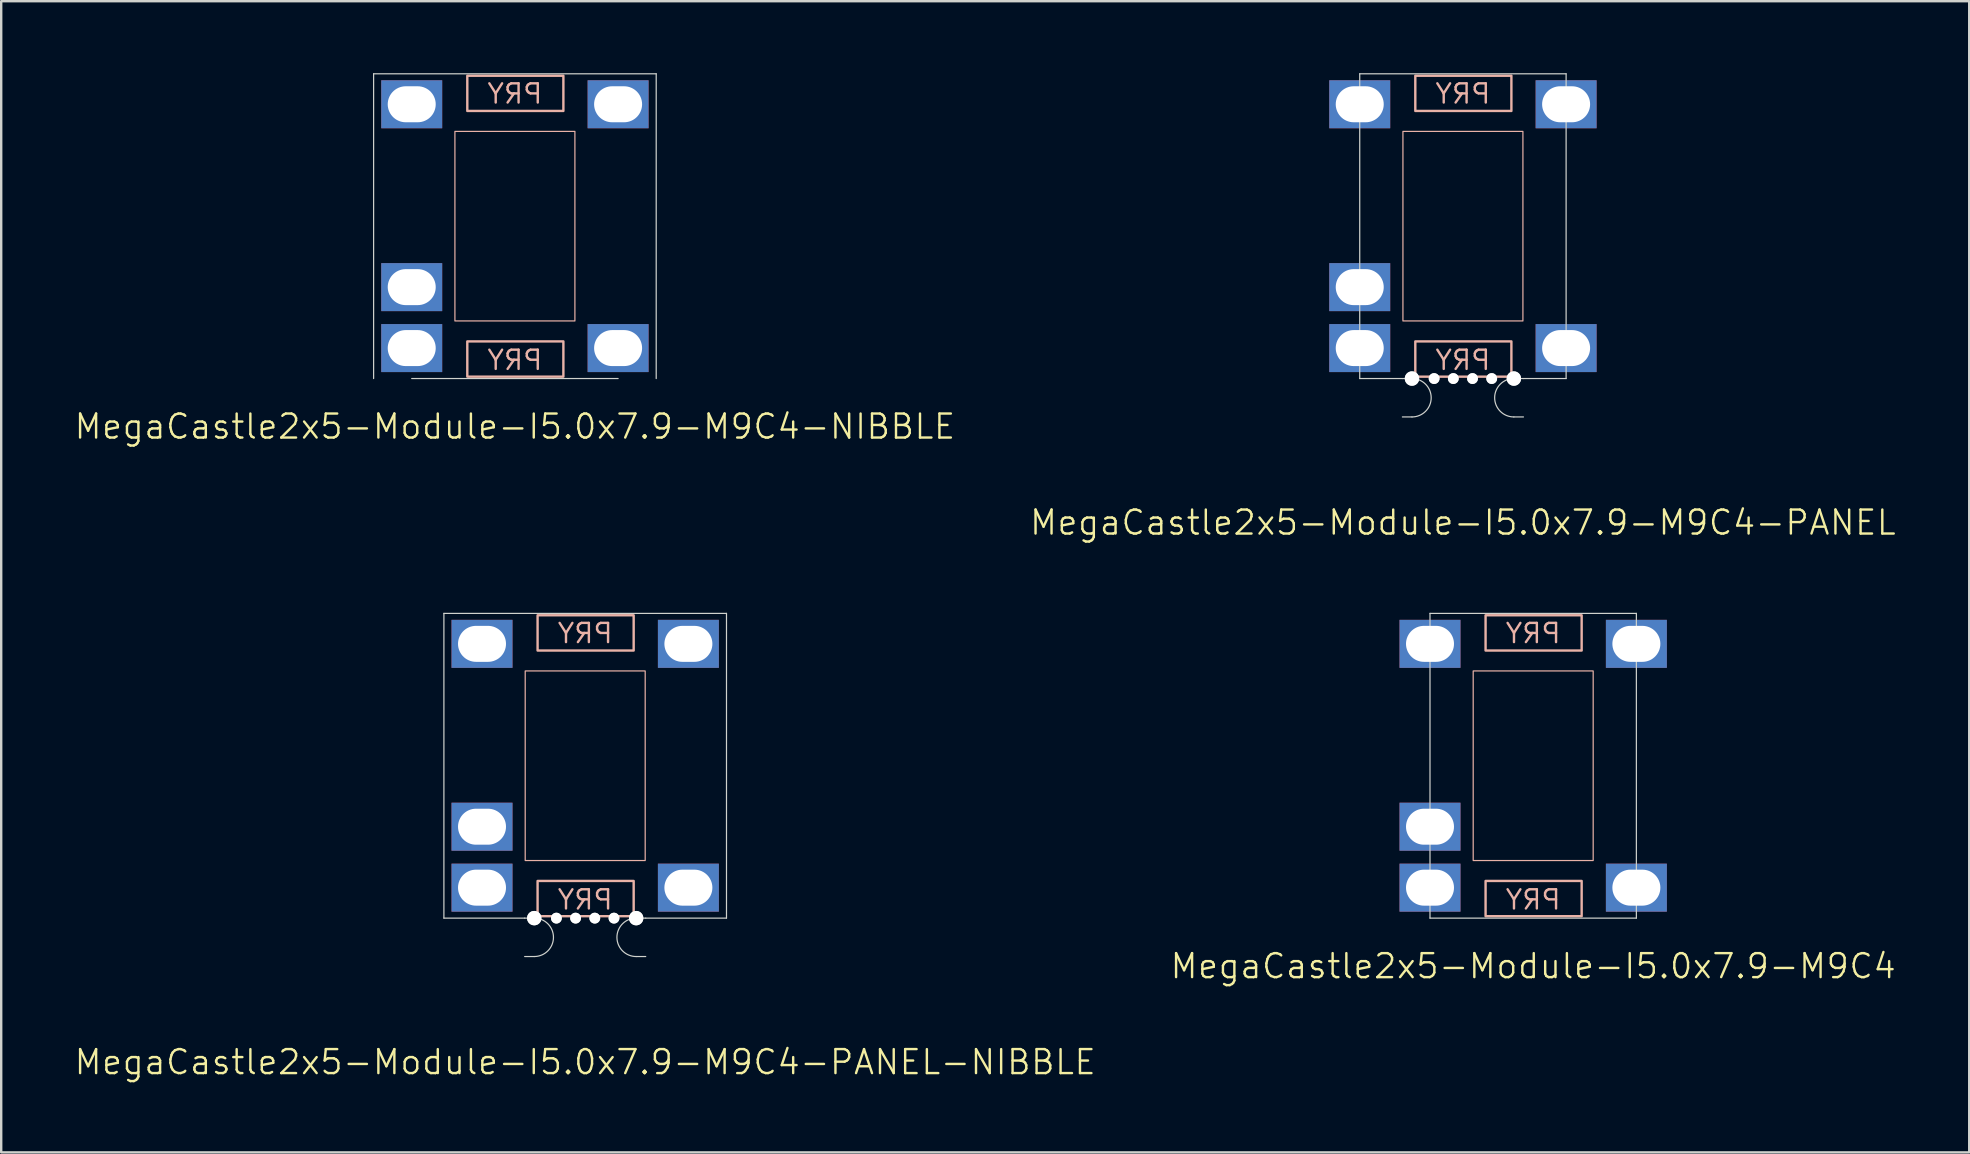
<source format=kicad_pcb>
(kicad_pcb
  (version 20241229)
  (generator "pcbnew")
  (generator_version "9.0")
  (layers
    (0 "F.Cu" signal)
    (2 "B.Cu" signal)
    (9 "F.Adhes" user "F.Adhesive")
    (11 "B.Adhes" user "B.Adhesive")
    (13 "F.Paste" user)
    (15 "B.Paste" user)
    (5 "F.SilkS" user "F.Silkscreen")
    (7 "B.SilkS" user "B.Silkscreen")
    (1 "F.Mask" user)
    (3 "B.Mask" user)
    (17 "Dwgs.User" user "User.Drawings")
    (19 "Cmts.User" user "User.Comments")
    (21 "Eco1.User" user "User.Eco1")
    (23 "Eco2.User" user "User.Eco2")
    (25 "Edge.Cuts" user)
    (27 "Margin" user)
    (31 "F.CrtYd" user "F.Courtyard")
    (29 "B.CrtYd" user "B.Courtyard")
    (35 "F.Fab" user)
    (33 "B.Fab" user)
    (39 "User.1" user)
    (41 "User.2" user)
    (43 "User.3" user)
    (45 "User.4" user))
  (footprint "MegaCastle2x5-Module-I5.0x7.9-M9C4-NIBBLE"
    (layer "F.Cu")
    (at 18.407 6.375)
    (property "Reference" "MegaCastle2x5-Module-I5.0x7.9-M9C4-NIBBLE" (at 0 8.35 0) (unlocked yes) (layer "F.SilkS") (effects (font (size 1 1) (thickness 0.1))))
    (attr smd)
    (fp_rect (start -2.5 3.95) (end 2.5 -3.95) (stroke (width 0.05) (type default)) (fill no) (layer "B.SilkS"))
    (fp_rect (start -1.984 -4.801) (end 2.02 -6.27) (stroke (width 0.1) (type default)) (fill no) (layer "B.SilkS"))
    (fp_rect (start -1.984 4.801) (end 2.02 6.27) (stroke (width 0.1) (type default)) (fill no) (layer "B.SilkS"))
    (fp_line (start -5.888 -6.35) (end -5.888 6.35) (stroke (width 0.05) (type default)) (layer "Edge.Cuts"))
    (fp_line (start -5.888 -6.35) (end 5.888 -6.35) (stroke (width 0.05) (type default)) (layer "Edge.Cuts"))
    (fp_line (start -4.3 6.35) (end 4.3 6.35) (stroke (width 0.05) (type default)) (layer "Edge.Cuts"))
    (fp_line (start 5.888 -6.35) (end 5.888 6.35) (stroke (width 0.05) (type default)) (layer "Edge.Cuts"))
    (fp_text user "PRY" (at 0 -5.05 0) (unlocked yes) (layer "B.SilkS") (effects (font (size 0.8 0.8) (thickness 0.1)) (justify bottom mirror)))
    (fp_text user "PRY" (at 0 6.05 0) (unlocked yes) (layer "B.SilkS") (effects (font (size 0.8 0.8) (thickness 0.1)) (justify bottom mirror)))
    (pad "1" thru_hole rect (at -4.3 -5.08) (size 2.54 2) (drill oval 2 1.5) (property pad_prop_castellated) (layers "*.Cu" "*.Mask"))
    (pad "4" thru_hole rect (at -4.3 2.54) (size 2.54 2) (drill oval 2 1.5) (property pad_prop_castellated) (layers "*.Cu" "*.Mask"))
    (pad "5" thru_hole rect (at -4.3 5.08) (size 2.54 2) (drill oval 2 1.5) (property pad_prop_castellated) (layers "*.Cu" "*.Mask"))
    (pad "6" thru_hole rect (at 4.3 -5.08) (size 2.54 2) (drill oval 2 1.5) (property pad_prop_castellated) (layers "*.Cu" "*.Mask"))
    (pad "10" thru_hole rect (at 4.3 5.08) (size 2.54 2) (drill oval 2 1.5) (property pad_prop_castellated) (layers "*.Cu" "*.Mask"))
    (zone (net_name "") (layer "B.Cu") (hatch edge 0.5) (connect_pads) (min_thickness 0.25) (filled_areas_thickness no) (keepout (tracks allowed) (vias allowed) (pads allowed) (copperpour allowed) (footprints not_allowed)) (placement (enabled no)) (fill) (polygon (pts (xy 14.107 12.725) (xy 14.107 0.025) (xy 15.907 0.025) (xy 15.907 12.725))))
    (zone (net_name "") (layer "B.Cu") (hatch edge 0.5) (connect_pads) (min_thickness 0.25) (filled_areas_thickness no) (keepout (tracks allowed) (vias allowed) (pads allowed) (copperpour allowed) (footprints not_allowed)) (placement (enabled no)) (fill) (polygon (pts (xy 15.907 0.025) (xy 15.907 2.425) (xy 20.907 2.425) (xy 20.907 0.025))))
    (zone (net_name "") (layer "B.Cu") (hatch edge 0.5) (connect_pads) (min_thickness 0.25) (filled_areas_thickness no) (keepout (tracks allowed) (vias allowed) (pads allowed) (copperpour allowed) (footprints not_allowed)) (placement (enabled no)) (fill) (polygon (pts (xy 15.907 12.725) (xy 15.907 10.325) (xy 20.907 10.325) (xy 20.907 12.725))))
    (zone (net_name "") (layer "B.Cu") (name "Upper Pry Zone") (hatch edge 0.5) (connect_pads) (min_thickness 0.25) (filled_areas_thickness no) (keepout (tracks not_allowed) (vias not_allowed) (pads not_allowed) (copperpour allowed) (footprints not_allowed)) (placement (enabled no)) (fill) (polygon (pts (xy 16.423 1.574) (xy 16.423 0.105) (xy 20.427 0.105) (xy 20.427 1.574))))
    (zone (net_name "") (layer "B.Cu") (name "Upper Pry Zone") (hatch edge 0.5) (connect_pads) (min_thickness 0.25) (filled_areas_thickness no) (keepout (tracks not_allowed) (vias not_allowed) (pads not_allowed) (copperpour allowed) (footprints not_allowed)) (placement (enabled no)) (fill) (polygon (pts (xy 16.423 11.176) (xy 16.423 12.645) (xy 20.427 12.645) (xy 20.427 11.176))))
    (zone (net_name "") (layer "B.Cu") (hatch edge 0.5) (connect_pads) (min_thickness 0.25) (filled_areas_thickness no) (keepout (tracks allowed) (vias allowed) (pads allowed) (copperpour allowed) (footprints not_allowed)) (placement (enabled no)) (fill) (polygon (pts (xy 22.707 12.725) (xy 22.707 0.025) (xy 20.907 0.025) (xy 20.907 12.725)))))
  (footprint "MegaCastle2x5-Module-I5.0x7.9-M9C4"
    (layer "F.Cu")
    (at 60.84 28.86)
    (property "Reference" "MegaCastle2x5-Module-I5.0x7.9-M9C4" (at 0 8.35 0) (unlocked yes) (layer "F.SilkS") (effects (font (size 1 1) (thickness 0.1))))
    (attr smd)
    (fp_rect (start -2.5 3.95) (end 2.5 -3.95) (stroke (width 0.05) (type default)) (fill no) (layer "B.SilkS"))
    (fp_rect (start -1.984 -4.801) (end 2.02 -6.27) (stroke (width 0.1) (type default)) (fill no) (layer "B.SilkS"))
    (fp_rect (start -1.984 4.801) (end 2.02 6.27) (stroke (width 0.1) (type default)) (fill no) (layer "B.SilkS"))
    (fp_line (start -4.3 -6.35) (end -4.3 6.35) (stroke (width 0.05) (type default)) (layer "Edge.Cuts"))
    (fp_line (start -4.3 -6.35) (end 4.3 -6.35) (stroke (width 0.05) (type default)) (layer "Edge.Cuts"))
    (fp_line (start -4.3 6.35) (end 4.3 6.35) (stroke (width 0.05) (type default)) (layer "Edge.Cuts"))
    (fp_line (start 4.3 -6.35) (end 4.3 6.35) (stroke (width 0.05) (type default)) (layer "Edge.Cuts"))
    (fp_text user "PRY" (at 0 -5.05 0) (unlocked yes) (layer "B.SilkS") (effects (font (size 0.8 0.8) (thickness 0.1)) (justify bottom mirror)))
    (fp_text user "PRY" (at 0 6.05 0) (unlocked yes) (layer "B.SilkS") (effects (font (size 0.8 0.8) (thickness 0.1)) (justify bottom mirror)))
    (pad "1" thru_hole rect (at -4.3 -5.08) (size 2.54 2) (drill oval 2 1.5) (property pad_prop_castellated) (layers "*.Cu" "*.Mask"))
    (pad "4" thru_hole rect (at -4.3 2.54) (size 2.54 2) (drill oval 2 1.5) (property pad_prop_castellated) (layers "*.Cu" "*.Mask"))
    (pad "5" thru_hole rect (at -4.3 5.08) (size 2.54 2) (drill oval 2 1.5) (property pad_prop_castellated) (layers "*.Cu" "*.Mask"))
    (pad "6" thru_hole rect (at 4.3 -5.08) (size 2.54 2) (drill oval 2 1.5) (property pad_prop_castellated) (layers "*.Cu" "*.Mask"))
    (pad "10" thru_hole rect (at 4.3 5.08) (size 2.54 2) (drill oval 2 1.5) (property pad_prop_castellated) (layers "*.Cu" "*.Mask"))
    (zone (net_name "") (layer "B.Cu") (hatch edge 0.5) (connect_pads) (min_thickness 0.25) (filled_areas_thickness no) (keepout (tracks allowed) (vias allowed) (pads allowed) (copperpour allowed) (footprints not_allowed)) (placement (enabled no)) (fill) (polygon (pts (xy 56.54 35.211) (xy 56.54 22.511) (xy 58.34 22.511) (xy 58.34 35.211))))
    (zone (net_name "") (layer "B.Cu") (hatch edge 0.5) (connect_pads) (min_thickness 0.25) (filled_areas_thickness no) (keepout (tracks allowed) (vias allowed) (pads allowed) (copperpour allowed) (footprints not_allowed)) (placement (enabled no)) (fill) (polygon (pts (xy 58.34 22.511) (xy 58.34 24.91) (xy 63.34 24.91) (xy 63.34 22.511))))
    (zone (net_name "") (layer "B.Cu") (hatch edge 0.5) (connect_pads) (min_thickness 0.25) (filled_areas_thickness no) (keepout (tracks allowed) (vias allowed) (pads allowed) (copperpour allowed) (footprints not_allowed)) (placement (enabled no)) (fill) (polygon (pts (xy 58.34 35.211) (xy 58.34 32.81) (xy 63.34 32.81) (xy 63.34 35.211))))
    (zone (net_name "") (layer "B.Cu") (name "Upper Pry Zone") (hatch edge 0.5) (connect_pads) (min_thickness 0.25) (filled_areas_thickness no) (keepout (tracks not_allowed) (vias not_allowed) (pads not_allowed) (copperpour allowed) (footprints not_allowed)) (placement (enabled no)) (fill) (polygon (pts (xy 58.856 24.059) (xy 58.856 22.59) (xy 62.86 22.59) (xy 62.86 24.059))))
    (zone (net_name "") (layer "B.Cu") (name "Upper Pry Zone") (hatch edge 0.5) (connect_pads) (min_thickness 0.25) (filled_areas_thickness no) (keepout (tracks not_allowed) (vias not_allowed) (pads not_allowed) (copperpour allowed) (footprints not_allowed)) (placement (enabled no)) (fill) (polygon (pts (xy 58.856 33.662) (xy 58.856 35.13) (xy 62.86 35.13) (xy 62.86 33.662))))
    (zone (net_name "") (layer "B.Cu") (hatch edge 0.5) (connect_pads) (min_thickness 0.25) (filled_areas_thickness no) (keepout (tracks allowed) (vias allowed) (pads allowed) (copperpour allowed) (footprints not_allowed)) (placement (enabled no)) (fill) (polygon (pts (xy 65.14 35.211) (xy 65.14 22.511) (xy 63.34 22.511) (xy 63.34 35.211)))))
  (footprint "MegaCastle2x5-Module-I5.0x7.9-M9C4-PANEL"
    (layer "F.Cu")
    (at 57.912 6.375)
    (property "Reference" "MegaCastle2x5-Module-I5.0x7.9-M9C4-PANEL" (at 0 12.35 0) (unlocked yes) (layer "F.SilkS") (effects (font (size 1 1) (thickness 0.1))))
    (attr smd)
    (fp_rect (start -2.5 3.95) (end 2.5 -3.95) (stroke (width 0.05) (type default)) (fill no) (layer "B.SilkS"))
    (fp_rect (start -1.984 -4.801) (end 2.02 -6.27) (stroke (width 0.1) (type default)) (fill no) (layer "B.SilkS"))
    (fp_rect (start -1.984 4.801) (end 2.02 6.27) (stroke (width 0.1) (type default)) (fill no) (layer "B.SilkS"))
    (fp_line (start -4.3 -6.35) (end -4.3 6.35) (stroke (width 0.05) (type default)) (layer "Edge.Cuts"))
    (fp_line (start -4.3 -6.35) (end 4.3 -6.35) (stroke (width 0.05) (type default)) (layer "Edge.Cuts"))
    (fp_line (start -4.3 6.35) (end -2.522 6.35) (stroke (width 0.05) (type default)) (layer "Edge.Cuts"))
    (fp_line (start -2.522 6.35) (end -2.123 6.35) (stroke (width 0.05) (type default)) (layer "Edge.Cuts"))
    (fp_line (start -2.522 7.95) (end -2.123 7.95) (stroke (width 0.05) (type default)) (layer "Edge.Cuts"))
    (fp_line (start 2.522 6.35) (end 2.123 6.35) (stroke (width 0.05) (type default)) (layer "Edge.Cuts"))
    (fp_line (start 2.522 6.35) (end 4.3 6.35) (stroke (width 0.05) (type default)) (layer "Edge.Cuts"))
    (fp_line (start 2.522 7.95) (end 2.123 7.95) (stroke (width 0.05) (type default)) (layer "Edge.Cuts"))
    (fp_line (start 4.3 -6.35) (end 4.3 6.35) (stroke (width 0.05) (type default)) (layer "Edge.Cuts"))
    (fp_arc (start -2.1225 6.35) (mid -1.3225 7.15) (end -2.1225 7.95) (stroke (width 0.05) (type default)) (layer "Edge.Cuts"))
    (fp_arc (start 2.1225 7.95) (mid 1.3225 7.15) (end 2.1225 6.35) (stroke (width 0.05) (type default)) (layer "Edge.Cuts"))
    (fp_text user "PRY" (at 0 6.05 0) (unlocked yes) (layer "B.SilkS") (effects (font (size 0.8 0.8) (thickness 0.1)) (justify bottom mirror)))
    (fp_text user "PRY" (at 0 -5.05 0) (unlocked yes) (layer "B.SilkS") (effects (font (size 0.8 0.8) (thickness 0.1)) (justify bottom mirror)))
    (pad "" np_thru_hole circle (at -2.123 6.35) (size 0.6 0.6) (drill 0.6) (layers "*.Cu" "Edge.Cuts"))
    (pad "" np_thru_hole circle (at -1.2 6.35) (size 0.45 0.45) (drill 0.45) (layers "*.Cu" "Edge.Cuts"))
    (pad "" np_thru_hole circle (at -0.4 6.35) (size 0.45 0.45) (drill 0.45) (layers "*.Cu" "Edge.Cuts"))
    (pad "" np_thru_hole circle (at 0.4 6.35) (size 0.45 0.45) (drill 0.45) (layers "*.Cu" "Edge.Cuts"))
    (pad "" np_thru_hole circle (at 1.2 6.35) (size 0.45 0.45) (drill 0.45) (layers "*.Cu" "Edge.Cuts"))
    (pad "" np_thru_hole circle (at 2.123 6.35) (size 0.6 0.6) (drill 0.6) (layers "*.Cu" "Edge.Cuts"))
    (pad "1" thru_hole rect (at -4.3 -5.08) (size 2.54 2) (drill oval 2 1.5) (property pad_prop_castellated) (layers "*.Cu" "*.Mask"))
    (pad "4" thru_hole rect (at -4.3 2.54) (size 2.54 2) (drill oval 2 1.5) (property pad_prop_castellated) (layers "*.Cu" "*.Mask"))
    (pad "5" thru_hole rect (at -4.3 5.08) (size 2.54 2) (drill oval 2 1.5) (property pad_prop_castellated) (layers "*.Cu" "*.Mask"))
    (pad "6" thru_hole rect (at 4.3 -5.08) (size 2.54 2) (drill oval 2 1.5) (property pad_prop_castellated) (layers "*.Cu" "*.Mask"))
    (pad "10" thru_hole rect (at 4.3 5.08) (size 2.54 2) (drill oval 2 1.5) (property pad_prop_castellated) (layers "*.Cu" "*.Mask"))
    (zone (net_name "") (layer "B.Cu") (hatch edge 0.5) (connect_pads) (min_thickness 0.25) (filled_areas_thickness no) (keepout (tracks allowed) (vias allowed) (pads allowed) (copperpour allowed) (footprints not_allowed)) (placement (enabled no)) (fill) (polygon (pts (xy 53.612 12.725) (xy 53.612 0.025) (xy 55.412 0.025) (xy 55.412 12.725))))
    (zone (net_name "") (layer "B.Cu") (hatch edge 0.5) (connect_pads) (min_thickness 0.25) (filled_areas_thickness no) (keepout (tracks allowed) (vias allowed) (pads allowed) (copperpour allowed) (footprints not_allowed)) (placement (enabled no)) (fill) (polygon (pts (xy 55.412 0.025) (xy 55.412 2.425) (xy 60.412 2.425) (xy 60.412 0.025))))
    (zone (net_name "") (layer "B.Cu") (hatch edge 0.5) (connect_pads) (min_thickness 0.25) (filled_areas_thickness no) (keepout (tracks allowed) (vias allowed) (pads allowed) (copperpour allowed) (footprints not_allowed)) (placement (enabled no)) (fill) (polygon (pts (xy 55.412 12.725) (xy 55.412 10.325) (xy 60.412 10.325) (xy 60.412 12.725))))
    (zone (net_name "") (layer "B.Cu") (name "Upper Pry Zone") (hatch edge 0.5) (connect_pads) (min_thickness 0.25) (filled_areas_thickness no) (keepout (tracks not_allowed) (vias not_allowed) (pads not_allowed) (copperpour allowed) (footprints not_allowed)) (placement (enabled no)) (fill) (polygon (pts (xy 55.928 1.574) (xy 55.928 0.105) (xy 59.931 0.105) (xy 59.931 1.574))))
    (zone (net_name "") (layer "B.Cu") (name "Upper Pry Zone") (hatch edge 0.5) (connect_pads) (min_thickness 0.25) (filled_areas_thickness no) (keepout (tracks not_allowed) (vias not_allowed) (pads not_allowed) (copperpour allowed) (footprints not_allowed)) (placement (enabled no)) (fill) (polygon (pts (xy 55.928 11.176) (xy 55.928 12.645) (xy 59.931 12.645) (xy 59.931 11.176))))
    (zone (net_name "") (layer "B.Cu") (hatch edge 0.5) (connect_pads) (min_thickness 0.25) (filled_areas_thickness no) (keepout (tracks allowed) (vias allowed) (pads allowed) (copperpour allowed) (footprints not_allowed)) (placement (enabled no)) (fill) (polygon (pts (xy 62.212 12.725) (xy 62.212 0.025) (xy 60.412 0.025) (xy 60.412 12.725)))))
  (footprint "MegaCastle2x5-Module-I5.0x7.9-M9C4-PANEL-NIBBLE"
    (layer "F.Cu")
    (at 21.336 28.86)
    (property "Reference" "MegaCastle2x5-Module-I5.0x7.9-M9C4-PANEL-NIBBLE" (at 0 12.35 0) (unlocked yes) (layer "F.SilkS") (effects (font (size 1 1) (thickness 0.1))))
    (attr smd)
    (fp_rect (start -2.5 3.95) (end 2.5 -3.95) (stroke (width 0.05) (type default)) (fill no) (layer "B.SilkS"))
    (fp_rect (start -1.984 -4.801) (end 2.02 -6.27) (stroke (width 0.1) (type default)) (fill no) (layer "B.SilkS"))
    (fp_rect (start -1.984 4.801) (end 2.02 6.27) (stroke (width 0.1) (type default)) (fill no) (layer "B.SilkS"))
    (fp_line (start -5.888 -6.35) (end -5.888 6.35) (stroke (width 0.05) (type default)) (layer "Edge.Cuts"))
    (fp_line (start -5.888 -6.35) (end 5.888 -6.35) (stroke (width 0.05) (type default)) (layer "Edge.Cuts"))
    (fp_line (start -5.888 6.35) (end -2.522 6.35) (stroke (width 0.05) (type default)) (layer "Edge.Cuts"))
    (fp_line (start -2.522 6.35) (end -2.123 6.35) (stroke (width 0.05) (type default)) (layer "Edge.Cuts"))
    (fp_line (start -2.522 7.95) (end -2.123 7.95) (stroke (width 0.05) (type default)) (layer "Edge.Cuts"))
    (fp_line (start 2.522 6.35) (end 2.123 6.35) (stroke (width 0.05) (type default)) (layer "Edge.Cuts"))
    (fp_line (start 2.522 6.35) (end 5.888 6.35) (stroke (width 0.05) (type default)) (layer "Edge.Cuts"))
    (fp_line (start 2.522 7.95) (end 2.123 7.95) (stroke (width 0.05) (type default)) (layer "Edge.Cuts"))
    (fp_line (start 5.888 -6.35) (end 5.888 6.35) (stroke (width 0.05) (type default)) (layer "Edge.Cuts"))
    (fp_arc (start -2.1225 6.35) (mid -1.3225 7.15) (end -2.1225 7.95) (stroke (width 0.05) (type default)) (layer "Edge.Cuts"))
    (fp_arc (start 2.1225 7.95) (mid 1.3225 7.15) (end 2.1225 6.35) (stroke (width 0.05) (type default)) (layer "Edge.Cuts"))
    (fp_text user "PRY" (at 0 -5.05 0) (unlocked yes) (layer "B.SilkS") (effects (font (size 0.8 0.8) (thickness 0.1)) (justify bottom mirror)))
    (fp_text user "PRY" (at 0 6.05 0) (unlocked yes) (layer "B.SilkS") (effects (font (size 0.8 0.8) (thickness 0.1)) (justify bottom mirror)))
    (pad "" np_thru_hole circle (at -2.123 6.35) (size 0.6 0.6) (drill 0.6) (layers "*.Cu" "Edge.Cuts"))
    (pad "" np_thru_hole circle (at -1.2 6.35) (size 0.45 0.45) (drill 0.45) (layers "*.Cu" "Edge.Cuts"))
    (pad "" np_thru_hole circle (at -0.4 6.35) (size 0.45 0.45) (drill 0.45) (layers "*.Cu" "Edge.Cuts"))
    (pad "" np_thru_hole circle (at 0.4 6.35) (size 0.45 0.45) (drill 0.45) (layers "*.Cu" "Edge.Cuts"))
    (pad "" np_thru_hole circle (at 1.2 6.35) (size 0.45 0.45) (drill 0.45) (layers "*.Cu" "Edge.Cuts"))
    (pad "" np_thru_hole circle (at 2.123 6.35) (size 0.6 0.6) (drill 0.6) (layers "*.Cu" "Edge.Cuts"))
    (pad "1" thru_hole rect (at -4.3 -5.08) (size 2.54 2) (drill oval 2 1.5) (property pad_prop_castellated) (layers "*.Cu" "*.Mask"))
    (pad "4" thru_hole rect (at -4.3 2.54) (size 2.54 2) (drill oval 2 1.5) (property pad_prop_castellated) (layers "*.Cu" "*.Mask"))
    (pad "5" thru_hole rect (at -4.3 5.08) (size 2.54 2) (drill oval 2 1.5) (property pad_prop_castellated) (layers "*.Cu" "*.Mask"))
    (pad "6" thru_hole rect (at 4.3 -5.08) (size 2.54 2) (drill oval 2 1.5) (property pad_prop_castellated) (layers "*.Cu" "*.Mask"))
    (pad "10" thru_hole rect (at 4.3 5.08) (size 2.54 2) (drill oval 2 1.5) (property pad_prop_castellated) (layers "*.Cu" "*.Mask"))
    (zone (net_name "") (layer "B.Cu") (hatch edge 0.5) (connect_pads) (min_thickness 0.25) (filled_areas_thickness no) (keepout (tracks allowed) (vias allowed) (pads allowed) (copperpour allowed) (footprints not_allowed)) (placement (enabled no)) (fill) (polygon (pts (xy 17.036 35.211) (xy 17.036 22.511) (xy 18.836 22.511) (xy 18.836 35.211))))
    (zone (net_name "") (layer "B.Cu") (hatch edge 0.5) (connect_pads) (min_thickness 0.25) (filled_areas_thickness no) (keepout (tracks allowed) (vias allowed) (pads allowed) (copperpour allowed) (footprints not_allowed)) (placement (enabled no)) (fill) (polygon (pts (xy 18.836 22.511) (xy 18.836 24.91) (xy 23.836 24.91) (xy 23.836 22.511))))
    (zone (net_name "") (layer "B.Cu") (hatch edge 0.5) (connect_pads) (min_thickness 0.25) (filled_areas_thickness no) (keepout (tracks allowed) (vias allowed) (pads allowed) (copperpour allowed) (footprints not_allowed)) (placement (enabled no)) (fill) (polygon (pts (xy 18.836 35.211) (xy 18.836 32.81) (xy 23.836 32.81) (xy 23.836 35.211))))
    (zone (net_name "") (layer "B.Cu") (name "Upper Pry Zone") (hatch edge 0.5) (connect_pads) (min_thickness 0.25) (filled_areas_thickness no) (keepout (tracks not_allowed) (vias not_allowed) (pads not_allowed) (copperpour allowed) (footprints not_allowed)) (placement (enabled no)) (fill) (polygon (pts (xy 19.351 24.059) (xy 19.351 22.59) (xy 23.355 22.59) (xy 23.355 24.059))))
    (zone (net_name "") (layer "B.Cu") (name "Upper Pry Zone") (hatch edge 0.5) (connect_pads) (min_thickness 0.25) (filled_areas_thickness no) (keepout (tracks not_allowed) (vias not_allowed) (pads not_allowed) (copperpour allowed) (footprints not_allowed)) (placement (enabled no)) (fill) (polygon (pts (xy 19.351 33.662) (xy 19.351 35.13) (xy 23.355 35.13) (xy 23.355 33.662))))
    (zone (net_name "") (layer "B.Cu") (hatch edge 0.5) (connect_pads) (min_thickness 0.25) (filled_areas_thickness no) (keepout (tracks allowed) (vias allowed) (pads allowed) (copperpour allowed) (footprints not_allowed)) (placement (enabled no)) (fill) (polygon (pts (xy 25.636 35.211) (xy 25.636 22.511) (xy 23.836 22.511) (xy 23.836 35.211)))))
  (gr_rect
    (start -3 -3)
    (end 79.01 44.971)
    (stroke (width 0.1) (type default))
    (fill no)
    (layer "Edge.Cuts")))
</source>
